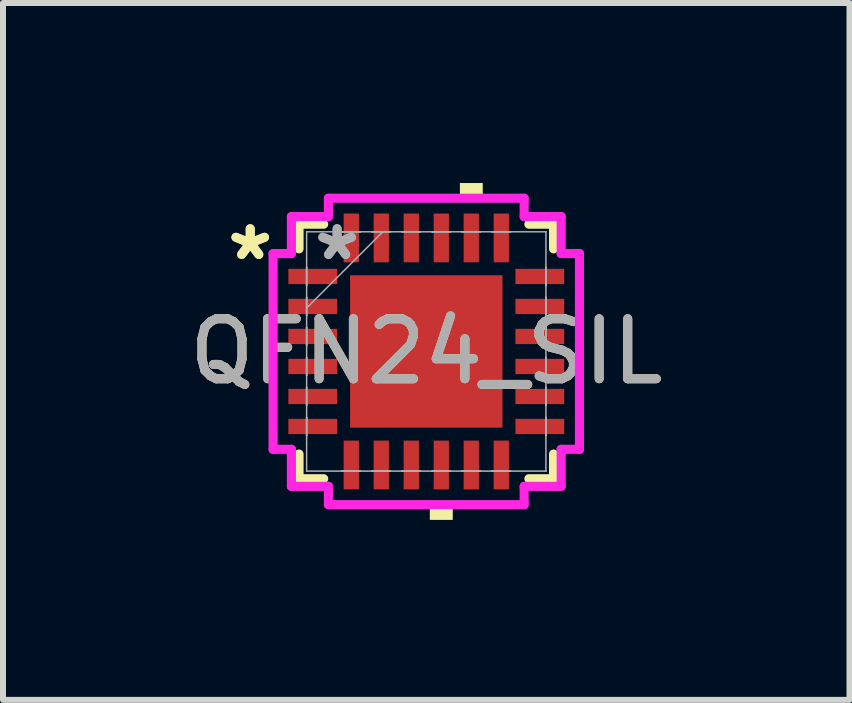
<source format=kicad_pcb>
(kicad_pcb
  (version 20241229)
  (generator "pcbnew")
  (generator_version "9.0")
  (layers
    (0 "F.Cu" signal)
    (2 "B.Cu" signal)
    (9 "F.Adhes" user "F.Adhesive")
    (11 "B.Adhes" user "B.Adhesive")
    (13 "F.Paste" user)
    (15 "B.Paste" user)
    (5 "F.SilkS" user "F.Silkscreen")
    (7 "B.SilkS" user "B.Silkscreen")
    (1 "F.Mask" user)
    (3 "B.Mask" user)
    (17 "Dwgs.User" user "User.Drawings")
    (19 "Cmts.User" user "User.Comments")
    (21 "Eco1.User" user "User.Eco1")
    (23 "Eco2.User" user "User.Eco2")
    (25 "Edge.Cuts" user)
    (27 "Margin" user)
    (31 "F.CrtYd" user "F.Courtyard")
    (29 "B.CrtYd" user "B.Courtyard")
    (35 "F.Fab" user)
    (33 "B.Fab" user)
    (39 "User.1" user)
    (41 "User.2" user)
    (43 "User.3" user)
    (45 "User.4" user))
  (footprint "QFN24_SIL"
    (layer "F.Cu")
    (at 4.054 2.807)
    (property "Reference" "QFN24_SIL" (at 0 0 0) (unlocked yes) (layer "F.SilkS") (effects (font (size 1 1) (thickness 0.15))))
    (attr smd)
    (fp_line (start -2.121 -2.121) (end -2.121 -1.71) (stroke (width 0.152) (type solid)) (layer "F.SilkS"))
    (fp_line (start -2.121 1.71) (end -2.121 2.121) (stroke (width 0.152) (type solid)) (layer "F.SilkS"))
    (fp_line (start -2.121 2.121) (end -1.71 2.121) (stroke (width 0.152) (type solid)) (layer "F.SilkS"))
    (fp_line (start -1.71 -2.121) (end -2.121 -2.121) (stroke (width 0.152) (type solid)) (layer "F.SilkS"))
    (fp_line (start 1.71 2.121) (end 2.121 2.121) (stroke (width 0.152) (type solid)) (layer "F.SilkS"))
    (fp_line (start 2.121 -2.121) (end 1.71 -2.121) (stroke (width 0.152) (type solid)) (layer "F.SilkS"))
    (fp_line (start 2.121 -1.71) (end 2.121 -2.121) (stroke (width 0.152) (type solid)) (layer "F.SilkS"))
    (fp_line (start 2.121 2.121) (end 2.121 1.71) (stroke (width 0.152) (type solid)) (layer "F.SilkS"))
    (fp_poly (pts (xy 0.059 2.553) (xy 0.059 2.807) (xy 0.441 2.807) (xy 0.441 2.553)) (stroke (width 0) (type solid)) (fill yes) (layer "F.SilkS"))
    (fp_poly (pts (xy 0.56 -2.553) (xy 0.56 -2.807) (xy 0.941 -2.807) (xy 0.941 -2.553)) (stroke (width 0) (type solid)) (fill yes) (layer "F.SilkS"))
    (fp_poly (pts (xy -1.17 -1.17) (xy -1.17 -0.1) (xy -0.1 -0.1) (xy -0.1 -1.17)) (stroke (width 0) (type solid)) (fill yes) (layer "F.Paste"))
    (fp_poly (pts (xy -1.17 0.1) (xy -1.17 1.17) (xy -0.1 1.17) (xy -0.1 0.1)) (stroke (width 0) (type solid)) (fill yes) (layer "F.Paste"))
    (fp_poly (pts (xy 0.1 -1.17) (xy 0.1 -0.1) (xy 1.17 -0.1) (xy 1.17 -1.17)) (stroke (width 0) (type solid)) (fill yes) (layer "F.Paste"))
    (fp_poly (pts (xy 0.1 0.1) (xy 0.1 1.17) (xy 1.17 1.17) (xy 1.17 0.1)) (stroke (width 0) (type solid)) (fill yes) (layer "F.Paste"))
    (fp_line (start -2.553 -1.631) (end -2.248 -1.631) (stroke (width 0.152) (type solid)) (layer "F.CrtYd"))
    (fp_line (start -2.553 1.631) (end -2.553 -1.631) (stroke (width 0.152) (type solid)) (layer "F.CrtYd"))
    (fp_line (start -2.248 -2.248) (end -1.631 -2.248) (stroke (width 0.152) (type solid)) (layer "F.CrtYd"))
    (fp_line (start -2.248 -1.631) (end -2.248 -2.248) (stroke (width 0.152) (type solid)) (layer "F.CrtYd"))
    (fp_line (start -2.248 1.631) (end -2.553 1.631) (stroke (width 0.152) (type solid)) (layer "F.CrtYd"))
    (fp_line (start -2.248 2.248) (end -2.248 1.631) (stroke (width 0.152) (type solid)) (layer "F.CrtYd"))
    (fp_line (start -1.631 -2.553) (end 1.631 -2.553) (stroke (width 0.152) (type solid)) (layer "F.CrtYd"))
    (fp_line (start -1.631 -2.248) (end -1.631 -2.553) (stroke (width 0.152) (type solid)) (layer "F.CrtYd"))
    (fp_line (start -1.631 2.248) (end -2.248 2.248) (stroke (width 0.152) (type solid)) (layer "F.CrtYd"))
    (fp_line (start -1.631 2.553) (end -1.631 2.248) (stroke (width 0.152) (type solid)) (layer "F.CrtYd"))
    (fp_line (start 1.631 -2.553) (end 1.631 -2.248) (stroke (width 0.152) (type solid)) (layer "F.CrtYd"))
    (fp_line (start 1.631 -2.248) (end 2.248 -2.248) (stroke (width 0.152) (type solid)) (layer "F.CrtYd"))
    (fp_line (start 1.631 2.248) (end 1.631 2.553) (stroke (width 0.152) (type solid)) (layer "F.CrtYd"))
    (fp_line (start 1.631 2.553) (end -1.631 2.553) (stroke (width 0.152) (type solid)) (layer "F.CrtYd"))
    (fp_line (start 2.248 -2.248) (end 2.248 -1.631) (stroke (width 0.152) (type solid)) (layer "F.CrtYd"))
    (fp_line (start 2.248 -1.631) (end 2.553 -1.631) (stroke (width 0.152) (type solid)) (layer "F.CrtYd"))
    (fp_line (start 2.248 1.631) (end 2.248 2.248) (stroke (width 0.152) (type solid)) (layer "F.CrtYd"))
    (fp_line (start 2.248 2.248) (end 1.631 2.248) (stroke (width 0.152) (type solid)) (layer "F.CrtYd"))
    (fp_line (start 2.553 -1.631) (end 2.553 1.631) (stroke (width 0.152) (type solid)) (layer "F.CrtYd"))
    (fp_line (start 2.553 1.631) (end 2.248 1.631) (stroke (width 0.152) (type solid)) (layer "F.CrtYd"))
    (fp_line (start -1.994 -1.994) (end -1.994 -1.994) (stroke (width 0.025) (type solid)) (layer "F.Fab"))
    (fp_line (start -1.994 -1.994) (end -1.994 1.994) (stroke (width 0.025) (type solid)) (layer "F.Fab"))
    (fp_line (start -1.994 -1.402) (end -1.994 -1.402) (stroke (width 0.025) (type solid)) (layer "F.Fab"))
    (fp_line (start -1.994 -1.402) (end -1.994 -1.098) (stroke (width 0.025) (type solid)) (layer "F.Fab"))
    (fp_line (start -1.994 -1.098) (end -1.994 -1.402) (stroke (width 0.025) (type solid)) (layer "F.Fab"))
    (fp_line (start -1.994 -1.098) (end -1.994 -1.098) (stroke (width 0.025) (type solid)) (layer "F.Fab"))
    (fp_line (start -1.994 -0.902) (end -1.994 -0.902) (stroke (width 0.025) (type solid)) (layer "F.Fab"))
    (fp_line (start -1.994 -0.902) (end -1.994 -0.598) (stroke (width 0.025) (type solid)) (layer "F.Fab"))
    (fp_line (start -1.994 -0.724) (end -0.724 -1.994) (stroke (width 0.025) (type solid)) (layer "F.Fab"))
    (fp_line (start -1.994 -0.598) (end -1.994 -0.902) (stroke (width 0.025) (type solid)) (layer "F.Fab"))
    (fp_line (start -1.994 -0.598) (end -1.994 -0.598) (stroke (width 0.025) (type solid)) (layer "F.Fab"))
    (fp_line (start -1.994 -0.402) (end -1.994 -0.402) (stroke (width 0.025) (type solid)) (layer "F.Fab"))
    (fp_line (start -1.994 -0.402) (end -1.994 -0.098) (stroke (width 0.025) (type solid)) (layer "F.Fab"))
    (fp_line (start -1.994 -0.098) (end -1.994 -0.402) (stroke (width 0.025) (type solid)) (layer "F.Fab"))
    (fp_line (start -1.994 -0.098) (end -1.994 -0.098) (stroke (width 0.025) (type solid)) (layer "F.Fab"))
    (fp_line (start -1.994 0.098) (end -1.994 0.098) (stroke (width 0.025) (type solid)) (layer "F.Fab"))
    (fp_line (start -1.994 0.098) (end -1.994 0.402) (stroke (width 0.025) (type solid)) (layer "F.Fab"))
    (fp_line (start -1.994 0.402) (end -1.994 0.098) (stroke (width 0.025) (type solid)) (layer "F.Fab"))
    (fp_line (start -1.994 0.402) (end -1.994 0.402) (stroke (width 0.025) (type solid)) (layer "F.Fab"))
    (fp_line (start -1.994 0.598) (end -1.994 0.598) (stroke (width 0.025) (type solid)) (layer "F.Fab"))
    (fp_line (start -1.994 0.598) (end -1.994 0.902) (stroke (width 0.025) (type solid)) (layer "F.Fab"))
    (fp_line (start -1.994 0.902) (end -1.994 0.598) (stroke (width 0.025) (type solid)) (layer "F.Fab"))
    (fp_line (start -1.994 0.902) (end -1.994 0.902) (stroke (width 0.025) (type solid)) (layer "F.Fab"))
    (fp_line (start -1.994 1.098) (end -1.994 1.098) (stroke (width 0.025) (type solid)) (layer "F.Fab"))
    (fp_line (start -1.994 1.098) (end -1.994 1.402) (stroke (width 0.025) (type solid)) (layer "F.Fab"))
    (fp_line (start -1.994 1.402) (end -1.994 1.098) (stroke (width 0.025) (type solid)) (layer "F.Fab"))
    (fp_line (start -1.994 1.402) (end -1.994 1.402) (stroke (width 0.025) (type solid)) (layer "F.Fab"))
    (fp_line (start -1.994 1.994) (end -1.994 1.994) (stroke (width 0.025) (type solid)) (layer "F.Fab"))
    (fp_line (start -1.994 1.994) (end 1.994 1.994) (stroke (width 0.025) (type solid)) (layer "F.Fab"))
    (fp_line (start -1.402 -1.994) (end -1.402 -1.994) (stroke (width 0.025) (type solid)) (layer "F.Fab"))
    (fp_line (start -1.402 -1.994) (end -1.098 -1.994) (stroke (width 0.025) (type solid)) (layer "F.Fab"))
    (fp_line (start -1.402 1.994) (end -1.402 1.994) (stroke (width 0.025) (type solid)) (layer "F.Fab"))
    (fp_line (start -1.402 1.994) (end -1.098 1.994) (stroke (width 0.025) (type solid)) (layer "F.Fab"))
    (fp_line (start -1.098 -1.994) (end -1.402 -1.994) (stroke (width 0.025) (type solid)) (layer "F.Fab"))
    (fp_line (start -1.098 -1.994) (end -1.098 -1.994) (stroke (width 0.025) (type solid)) (layer "F.Fab"))
    (fp_line (start -1.098 1.994) (end -1.402 1.994) (stroke (width 0.025) (type solid)) (layer "F.Fab"))
    (fp_line (start -1.098 1.994) (end -1.098 1.994) (stroke (width 0.025) (type solid)) (layer "F.Fab"))
    (fp_line (start -0.902 -1.994) (end -0.902 -1.994) (stroke (width 0.025) (type solid)) (layer "F.Fab"))
    (fp_line (start -0.902 -1.994) (end -0.598 -1.994) (stroke (width 0.025) (type solid)) (layer "F.Fab"))
    (fp_line (start -0.902 1.994) (end -0.902 1.994) (stroke (width 0.025) (type solid)) (layer "F.Fab"))
    (fp_line (start -0.902 1.994) (end -0.598 1.994) (stroke (width 0.025) (type solid)) (layer "F.Fab"))
    (fp_line (start -0.598 -1.994) (end -0.902 -1.994) (stroke (width 0.025) (type solid)) (layer "F.Fab"))
    (fp_line (start -0.598 -1.994) (end -0.598 -1.994) (stroke (width 0.025) (type solid)) (layer "F.Fab"))
    (fp_line (start -0.598 1.994) (end -0.902 1.994) (stroke (width 0.025) (type solid)) (layer "F.Fab"))
    (fp_line (start -0.598 1.994) (end -0.598 1.994) (stroke (width 0.025) (type solid)) (layer "F.Fab"))
    (fp_line (start -0.402 -1.994) (end -0.402 -1.994) (stroke (width 0.025) (type solid)) (layer "F.Fab"))
    (fp_line (start -0.402 -1.994) (end -0.098 -1.994) (stroke (width 0.025) (type solid)) (layer "F.Fab"))
    (fp_line (start -0.402 1.994) (end -0.402 1.994) (stroke (width 0.025) (type solid)) (layer "F.Fab"))
    (fp_line (start -0.402 1.994) (end -0.098 1.994) (stroke (width 0.025) (type solid)) (layer "F.Fab"))
    (fp_line (start -0.098 -1.994) (end -0.402 -1.994) (stroke (width 0.025) (type solid)) (layer "F.Fab"))
    (fp_line (start -0.098 -1.994) (end -0.098 -1.994) (stroke (width 0.025) (type solid)) (layer "F.Fab"))
    (fp_line (start -0.098 1.994) (end -0.402 1.994) (stroke (width 0.025) (type solid)) (layer "F.Fab"))
    (fp_line (start -0.098 1.994) (end -0.098 1.994) (stroke (width 0.025) (type solid)) (layer "F.Fab"))
    (fp_line (start 0.098 -1.994) (end 0.098 -1.994) (stroke (width 0.025) (type solid)) (layer "F.Fab"))
    (fp_line (start 0.098 -1.994) (end 0.402 -1.994) (stroke (width 0.025) (type solid)) (layer "F.Fab"))
    (fp_line (start 0.098 1.994) (end 0.098 1.994) (stroke (width 0.025) (type solid)) (layer "F.Fab"))
    (fp_line (start 0.098 1.994) (end 0.402 1.994) (stroke (width 0.025) (type solid)) (layer "F.Fab"))
    (fp_line (start 0.402 -1.994) (end 0.098 -1.994) (stroke (width 0.025) (type solid)) (layer "F.Fab"))
    (fp_line (start 0.402 -1.994) (end 0.402 -1.994) (stroke (width 0.025) (type solid)) (layer "F.Fab"))
    (fp_line (start 0.402 1.994) (end 0.098 1.994) (stroke (width 0.025) (type solid)) (layer "F.Fab"))
    (fp_line (start 0.402 1.994) (end 0.402 1.994) (stroke (width 0.025) (type solid)) (layer "F.Fab"))
    (fp_line (start 0.598 -1.994) (end 0.598 -1.994) (stroke (width 0.025) (type solid)) (layer "F.Fab"))
    (fp_line (start 0.598 -1.994) (end 0.902 -1.994) (stroke (width 0.025) (type solid)) (layer "F.Fab"))
    (fp_line (start 0.598 1.994) (end 0.598 1.994) (stroke (width 0.025) (type solid)) (layer "F.Fab"))
    (fp_line (start 0.598 1.994) (end 0.902 1.994) (stroke (width 0.025) (type solid)) (layer "F.Fab"))
    (fp_line (start 0.902 -1.994) (end 0.598 -1.994) (stroke (width 0.025) (type solid)) (layer "F.Fab"))
    (fp_line (start 0.902 -1.994) (end 0.902 -1.994) (stroke (width 0.025) (type solid)) (layer "F.Fab"))
    (fp_line (start 0.902 1.994) (end 0.598 1.994) (stroke (width 0.025) (type solid)) (layer "F.Fab"))
    (fp_line (start 0.902 1.994) (end 0.902 1.994) (stroke (width 0.025) (type solid)) (layer "F.Fab"))
    (fp_line (start 1.098 -1.994) (end 1.098 -1.994) (stroke (width 0.025) (type solid)) (layer "F.Fab"))
    (fp_line (start 1.098 -1.994) (end 1.402 -1.994) (stroke (width 0.025) (type solid)) (layer "F.Fab"))
    (fp_line (start 1.098 1.994) (end 1.098 1.994) (stroke (width 0.025) (type solid)) (layer "F.Fab"))
    (fp_line (start 1.098 1.994) (end 1.402 1.994) (stroke (width 0.025) (type solid)) (layer "F.Fab"))
    (fp_line (start 1.402 -1.994) (end 1.098 -1.994) (stroke (width 0.025) (type solid)) (layer "F.Fab"))
    (fp_line (start 1.402 -1.994) (end 1.402 -1.994) (stroke (width 0.025) (type solid)) (layer "F.Fab"))
    (fp_line (start 1.402 1.994) (end 1.098 1.994) (stroke (width 0.025) (type solid)) (layer "F.Fab"))
    (fp_line (start 1.402 1.994) (end 1.402 1.994) (stroke (width 0.025) (type solid)) (layer "F.Fab"))
    (fp_line (start 1.994 -1.994) (end -1.994 -1.994) (stroke (width 0.025) (type solid)) (layer "F.Fab"))
    (fp_line (start 1.994 -1.994) (end 1.994 -1.994) (stroke (width 0.025) (type solid)) (layer "F.Fab"))
    (fp_line (start 1.994 -1.402) (end 1.994 -1.402) (stroke (width 0.025) (type solid)) (layer "F.Fab"))
    (fp_line (start 1.994 -1.402) (end 1.994 -1.098) (stroke (width 0.025) (type solid)) (layer "F.Fab"))
    (fp_line (start 1.994 -1.098) (end 1.994 -1.402) (stroke (width 0.025) (type solid)) (layer "F.Fab"))
    (fp_line (start 1.994 -1.098) (end 1.994 -1.098) (stroke (width 0.025) (type solid)) (layer "F.Fab"))
    (fp_line (start 1.994 -0.902) (end 1.994 -0.902) (stroke (width 0.025) (type solid)) (layer "F.Fab"))
    (fp_line (start 1.994 -0.902) (end 1.994 -0.598) (stroke (width 0.025) (type solid)) (layer "F.Fab"))
    (fp_line (start 1.994 -0.598) (end 1.994 -0.902) (stroke (width 0.025) (type solid)) (layer "F.Fab"))
    (fp_line (start 1.994 -0.598) (end 1.994 -0.598) (stroke (width 0.025) (type solid)) (layer "F.Fab"))
    (fp_line (start 1.994 -0.402) (end 1.994 -0.402) (stroke (width 0.025) (type solid)) (layer "F.Fab"))
    (fp_line (start 1.994 -0.402) (end 1.994 -0.098) (stroke (width 0.025) (type solid)) (layer "F.Fab"))
    (fp_line (start 1.994 -0.098) (end 1.994 -0.402) (stroke (width 0.025) (type solid)) (layer "F.Fab"))
    (fp_line (start 1.994 -0.098) (end 1.994 -0.098) (stroke (width 0.025) (type solid)) (layer "F.Fab"))
    (fp_line (start 1.994 0.098) (end 1.994 0.098) (stroke (width 0.025) (type solid)) (layer "F.Fab"))
    (fp_line (start 1.994 0.098) (end 1.994 0.402) (stroke (width 0.025) (type solid)) (layer "F.Fab"))
    (fp_line (start 1.994 0.402) (end 1.994 0.098) (stroke (width 0.025) (type solid)) (layer "F.Fab"))
    (fp_line (start 1.994 0.402) (end 1.994 0.402) (stroke (width 0.025) (type solid)) (layer "F.Fab"))
    (fp_line (start 1.994 0.598) (end 1.994 0.598) (stroke (width 0.025) (type solid)) (layer "F.Fab"))
    (fp_line (start 1.994 0.598) (end 1.994 0.902) (stroke (width 0.025) (type solid)) (layer "F.Fab"))
    (fp_line (start 1.994 0.902) (end 1.994 0.598) (stroke (width 0.025) (type solid)) (layer "F.Fab"))
    (fp_line (start 1.994 0.902) (end 1.994 0.902) (stroke (width 0.025) (type solid)) (layer "F.Fab"))
    (fp_line (start 1.994 1.098) (end 1.994 1.098) (stroke (width 0.025) (type solid)) (layer "F.Fab"))
    (fp_line (start 1.994 1.098) (end 1.994 1.402) (stroke (width 0.025) (type solid)) (layer "F.Fab"))
    (fp_line (start 1.994 1.402) (end 1.994 1.098) (stroke (width 0.025) (type solid)) (layer "F.Fab"))
    (fp_line (start 1.994 1.402) (end 1.994 1.402) (stroke (width 0.025) (type solid)) (layer "F.Fab"))
    (fp_line (start 1.994 1.994) (end 1.994 -1.994) (stroke (width 0.025) (type solid)) (layer "F.Fab"))
    (fp_line (start 1.994 1.994) (end 1.994 1.994) (stroke (width 0.025) (type solid)) (layer "F.Fab"))
    (fp_text user "*" (at -2.934 -1.5 0) (layer "F.SilkS") (effects (font (size 1 1) (thickness 0.15))))
    (fp_text user "*" (at -2.934 -1.5 0) (unlocked yes) (layer "F.SilkS") (effects (font (size 1 1) (thickness 0.15))))
    (fp_text user "${REFERENCE}" (at 0 0 0) (unlocked yes) (layer "F.Fab") (effects (font (size 1 1) (thickness 0.15))))
    (fp_text user "*" (at -1.486 -1.5 0) (layer "F.Fab") (effects (font (size 1 1) (thickness 0.15))))
    (fp_text user "*" (at -1.486 -1.5 0) (unlocked yes) (layer "F.Fab") (effects (font (size 1 1) (thickness 0.15))))
    (pad "1" smd rect (at -1.892 -1.25 90) (size 0.254 0.813) (layers "F.Cu" "F.Mask" "F.Paste"))
    (pad "2" smd rect (at -1.892 -0.75 90) (size 0.254 0.813) (layers "F.Cu" "F.Mask" "F.Paste"))
    (pad "3" smd rect (at -1.892 -0.25 90) (size 0.254 0.813) (layers "F.Cu" "F.Mask" "F.Paste"))
    (pad "4" smd rect (at -1.892 0.25 90) (size 0.254 0.813) (layers "F.Cu" "F.Mask" "F.Paste"))
    (pad "5" smd rect (at -1.892 0.75 90) (size 0.254 0.813) (layers "F.Cu" "F.Mask" "F.Paste"))
    (pad "6" smd rect (at -1.892 1.25 90) (size 0.254 0.813) (layers "F.Cu" "F.Mask" "F.Paste"))
    (pad "7" smd rect (at -1.25 1.892) (size 0.254 0.813) (layers "F.Cu" "F.Mask" "F.Paste"))
    (pad "8" smd rect (at -0.75 1.892) (size 0.254 0.813) (layers "F.Cu" "F.Mask" "F.Paste"))
    (pad "9" smd rect (at -0.25 1.892) (size 0.254 0.813) (layers "F.Cu" "F.Mask" "F.Paste"))
    (pad "10" smd rect (at 0.25 1.892) (size 0.254 0.813) (layers "F.Cu" "F.Mask" "F.Paste"))
    (pad "11" smd rect (at 0.75 1.892) (size 0.254 0.813) (layers "F.Cu" "F.Mask" "F.Paste"))
    (pad "12" smd rect (at 1.25 1.892) (size 0.254 0.813) (layers "F.Cu" "F.Mask" "F.Paste"))
    (pad "13" smd rect (at 1.892 1.25 90) (size 0.254 0.813) (layers "F.Cu" "F.Mask" "F.Paste"))
    (pad "14" smd rect (at 1.892 0.75 90) (size 0.254 0.813) (layers "F.Cu" "F.Mask" "F.Paste"))
    (pad "15" smd rect (at 1.892 0.25 90) (size 0.254 0.813) (layers "F.Cu" "F.Mask" "F.Paste"))
    (pad "16" smd rect (at 1.892 -0.25 90) (size 0.254 0.813) (layers "F.Cu" "F.Mask" "F.Paste"))
    (pad "17" smd rect (at 1.892 -0.75 90) (size 0.254 0.813) (layers "F.Cu" "F.Mask" "F.Paste"))
    (pad "18" smd rect (at 1.892 -1.25 90) (size 0.254 0.813) (layers "F.Cu" "F.Mask" "F.Paste"))
    (pad "19" smd rect (at 1.25 -1.892) (size 0.254 0.813) (layers "F.Cu" "F.Mask" "F.Paste"))
    (pad "20" smd rect (at 0.75 -1.892) (size 0.254 0.813) (layers "F.Cu" "F.Mask" "F.Paste"))
    (pad "21" smd rect (at 0.25 -1.892) (size 0.254 0.813) (layers "F.Cu" "F.Mask" "F.Paste"))
    (pad "22" smd rect (at -0.25 -1.892) (size 0.254 0.813) (layers "F.Cu" "F.Mask" "F.Paste"))
    (pad "23" smd rect (at -0.75 -1.892) (size 0.254 0.813) (layers "F.Cu" "F.Mask" "F.Paste"))
    (pad "24" smd rect (at -1.25 -1.892) (size 0.254 0.813) (layers "F.Cu" "F.Mask" "F.Paste"))
    (pad "25" smd rect (at 0 0) (size 2.54 2.54) (layers "F.Cu" "F.Mask")))
  (gr_rect
    (start -3 -3)
    (end 11.107 8.613)
    (stroke (width 0.1) (type default))
    (fill no)
    (layer "Edge.Cuts")))
</source>
